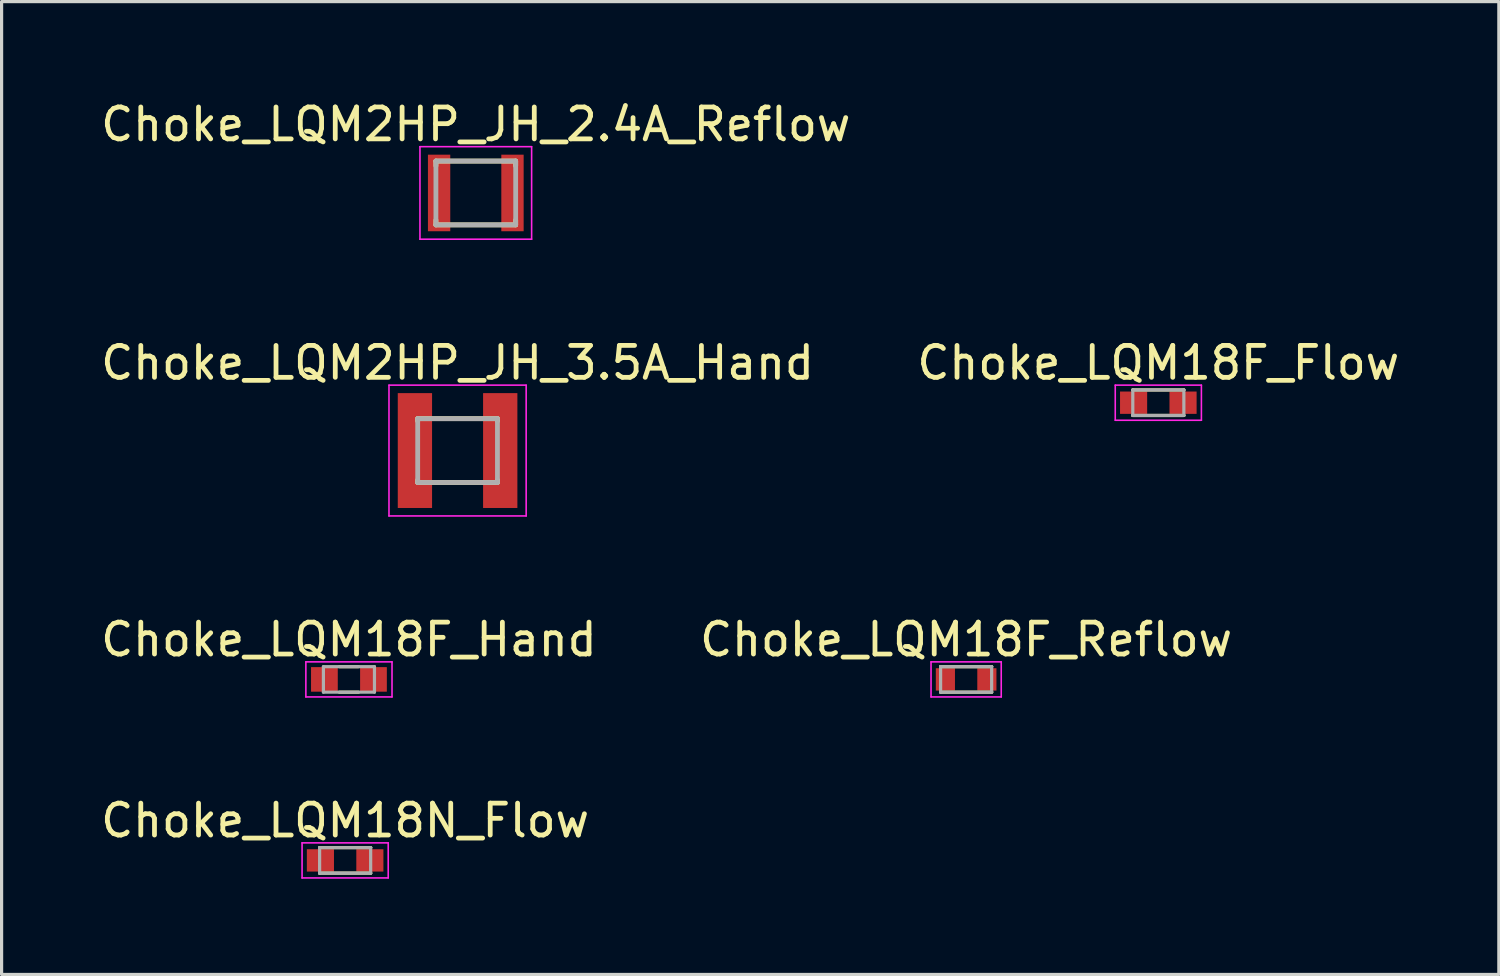
<source format=kicad_pcb>
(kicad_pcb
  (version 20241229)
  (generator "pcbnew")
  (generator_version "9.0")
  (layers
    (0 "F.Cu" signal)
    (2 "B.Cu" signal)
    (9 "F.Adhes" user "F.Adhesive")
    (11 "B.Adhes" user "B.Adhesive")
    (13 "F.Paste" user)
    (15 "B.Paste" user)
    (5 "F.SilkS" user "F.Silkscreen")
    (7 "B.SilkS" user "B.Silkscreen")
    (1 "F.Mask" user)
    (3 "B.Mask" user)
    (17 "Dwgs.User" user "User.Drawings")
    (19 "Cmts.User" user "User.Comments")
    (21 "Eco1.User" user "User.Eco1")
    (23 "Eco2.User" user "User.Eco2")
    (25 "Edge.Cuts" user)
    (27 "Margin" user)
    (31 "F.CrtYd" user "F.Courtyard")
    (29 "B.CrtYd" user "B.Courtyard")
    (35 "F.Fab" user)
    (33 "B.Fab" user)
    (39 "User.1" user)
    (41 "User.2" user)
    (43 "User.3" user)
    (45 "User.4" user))
  (footprint "Choke_LQM18N_Flow"
    (layer "F.Cu")
    (at 7.768 23.918)
    (property "Reference" "Choke_LQM18N_Flow" (at 0 -1.25 0) (layer "F.SilkS") (effects (font (size 1 1) (thickness 0.15))))
    (attr smd)
    (fp_line (start -0.8 -0.4) (end -0.8 -0.4) (stroke (width 0.1) (type solid)) (layer "F.SilkS"))
    (fp_line (start -0.8 -0.4) (end 0.8 -0.4) (stroke (width 0.1) (type solid)) (layer "F.SilkS"))
    (fp_line (start -0.8 0.4) (end -0.8 0.4) (stroke (width 0.1) (type solid)) (layer "F.SilkS"))
    (fp_line (start -0.8 0.4) (end 0.8 0.4) (stroke (width 0.1) (type solid)) (layer "F.SilkS"))
    (fp_line (start 0.8 -0.4) (end 0.8 -0.4) (stroke (width 0.1) (type solid)) (layer "F.SilkS"))
    (fp_line (start 0.8 0.4) (end 0.8 0.4) (stroke (width 0.1) (type solid)) (layer "F.SilkS"))
    (fp_line (start -1.35 -0.55) (end -1.35 0.55) (stroke (width 0.05) (type solid)) (layer "F.CrtYd"))
    (fp_line (start -1.35 -0.55) (end 1.35 -0.55) (stroke (width 0.05) (type solid)) (layer "F.CrtYd"))
    (fp_line (start -1.35 0.55) (end 1.35 0.55) (stroke (width 0.05) (type solid)) (layer "F.CrtYd"))
    (fp_line (start 1.35 -0.55) (end 1.35 0.55) (stroke (width 0.05) (type solid)) (layer "F.CrtYd"))
    (fp_line (start -0.8 -0.4) (end -0.8 0.4) (stroke (width 0.1) (type solid)) (layer "F.Fab"))
    (fp_line (start -0.8 -0.4) (end 0.8 -0.4) (stroke (width 0.1) (type solid)) (layer "F.Fab"))
    (fp_line (start -0.8 0.4) (end 0.8 0.4) (stroke (width 0.1) (type solid)) (layer "F.Fab"))
    (fp_line (start 0.8 -0.4) (end 0.8 0.4) (stroke (width 0.1) (type solid)) (layer "F.Fab"))
    (pad "1" smd rect (at -0.775 0) (size 0.85 0.7) (layers "F.Cu" "F.Mask" "F.Paste"))
    (pad "2" smd rect (at 0.775 0) (size 0.85 0.7) (layers "F.Cu" "F.Mask" "F.Paste")))
  (footprint "Choke_LQM18F_Hand"
    (layer "F.Cu")
    (at 7.887 18.245)
    (property "Reference" "Choke_LQM18F_Hand" (at 0 -1.25 0) (layer "F.SilkS") (effects (font (size 1 1) (thickness 0.15))))
    (attr smd)
    (fp_line (start -0.3 -0.4) (end 0.3 -0.4) (stroke (width 0.1) (type solid)) (layer "F.SilkS"))
    (fp_line (start -0.3 0.4) (end 0.3 0.4) (stroke (width 0.1) (type solid)) (layer "F.SilkS"))
    (fp_line (start -1.35 -0.55) (end -1.35 0.55) (stroke (width 0.05) (type solid)) (layer "F.CrtYd"))
    (fp_line (start -1.35 -0.55) (end 1.35 -0.55) (stroke (width 0.05) (type solid)) (layer "F.CrtYd"))
    (fp_line (start -1.35 0.55) (end 1.35 0.55) (stroke (width 0.05) (type solid)) (layer "F.CrtYd"))
    (fp_line (start 1.35 -0.55) (end 1.35 0.55) (stroke (width 0.05) (type solid)) (layer "F.CrtYd"))
    (fp_line (start -0.8 -0.4) (end -0.8 0.4) (stroke (width 0.1) (type solid)) (layer "F.Fab"))
    (fp_line (start -0.8 -0.4) (end 0.8 -0.4) (stroke (width 0.1) (type solid)) (layer "F.Fab"))
    (fp_line (start -0.8 0.4) (end 0.8 0.4) (stroke (width 0.1) (type solid)) (layer "F.Fab"))
    (fp_line (start 0.8 -0.4) (end 0.8 0.4) (stroke (width 0.1) (type solid)) (layer "F.Fab"))
    (pad "1" smd rect (at -0.769 0) (size 0.838 0.77) (layers "F.Cu" "F.Mask" "F.Paste"))
    (pad "2" smd rect (at 0.769 0) (size 0.838 0.77) (layers "F.Cu" "F.Mask" "F.Paste")))
  (footprint "Choke_LQM18F_Flow"
    (layer "F.Cu")
    (at 33.256 9.572)
    (property "Reference" "Choke_LQM18F_Flow" (at 0 -1.25 0) (layer "F.SilkS") (effects (font (size 1 1) (thickness 0.15))))
    (attr smd)
    (fp_line (start -0.8 -0.4) (end -0.8 -0.4) (stroke (width 0.1) (type solid)) (layer "F.SilkS"))
    (fp_line (start -0.8 -0.4) (end 0.8 -0.4) (stroke (width 0.1) (type solid)) (layer "F.SilkS"))
    (fp_line (start -0.8 0.4) (end -0.8 0.4) (stroke (width 0.1) (type solid)) (layer "F.SilkS"))
    (fp_line (start -0.8 0.4) (end 0.8 0.4) (stroke (width 0.1) (type solid)) (layer "F.SilkS"))
    (fp_line (start 0.8 -0.4) (end 0.8 -0.4) (stroke (width 0.1) (type solid)) (layer "F.SilkS"))
    (fp_line (start 0.8 0.4) (end 0.8 0.4) (stroke (width 0.1) (type solid)) (layer "F.SilkS"))
    (fp_line (start -1.35 -0.55) (end -1.35 0.55) (stroke (width 0.05) (type solid)) (layer "F.CrtYd"))
    (fp_line (start -1.35 -0.55) (end 1.35 -0.55) (stroke (width 0.05) (type solid)) (layer "F.CrtYd"))
    (fp_line (start -1.35 0.55) (end 1.35 0.55) (stroke (width 0.05) (type solid)) (layer "F.CrtYd"))
    (fp_line (start 1.35 -0.55) (end 1.35 0.55) (stroke (width 0.05) (type solid)) (layer "F.CrtYd"))
    (fp_line (start -0.8 -0.4) (end -0.8 0.4) (stroke (width 0.1) (type solid)) (layer "F.Fab"))
    (fp_line (start -0.8 -0.4) (end 0.8 -0.4) (stroke (width 0.1) (type solid)) (layer "F.Fab"))
    (fp_line (start -0.8 0.4) (end 0.8 0.4) (stroke (width 0.1) (type solid)) (layer "F.Fab"))
    (fp_line (start 0.8 -0.4) (end 0.8 0.4) (stroke (width 0.1) (type solid)) (layer "F.Fab"))
    (pad "1" smd rect (at -0.775 0) (size 0.85 0.7) (layers "F.Cu" "F.Mask" "F.Paste"))
    (pad "2" smd rect (at 0.775 0) (size 0.85 0.7) (layers "F.Cu" "F.Mask" "F.Paste")))
  (footprint "Choke_LQM2HP_JH_3.5A_Hand"
    (layer "F.Cu")
    (at 11.292 11.072)
    (property "Reference" "Choke_LQM2HP_JH_3.5A_Hand" (at 0 -2.75 0) (layer "F.SilkS") (effects (font (size 1 1) (thickness 0.15))))
    (attr smd)
    (fp_line (start -1.25 -1) (end -1.25 -0.925) (stroke (width 0.15) (type solid)) (layer "F.SilkS"))
    (fp_line (start -1.25 -1) (end 1.25 -1) (stroke (width 0.15) (type solid)) (layer "F.SilkS"))
    (fp_line (start -1.25 0.925) (end -1.25 1) (stroke (width 0.15) (type solid)) (layer "F.SilkS"))
    (fp_line (start -1.25 1) (end 1.25 1) (stroke (width 0.15) (type solid)) (layer "F.SilkS"))
    (fp_line (start 1.25 -1) (end 1.25 -0.925) (stroke (width 0.15) (type solid)) (layer "F.SilkS"))
    (fp_line (start 1.25 0.925) (end 1.25 1) (stroke (width 0.15) (type solid)) (layer "F.SilkS"))
    (fp_line (start -2.15 -2.05) (end -2.15 2.05) (stroke (width 0.05) (type solid)) (layer "F.CrtYd"))
    (fp_line (start -2.15 -2.05) (end 2.15 -2.05) (stroke (width 0.05) (type solid)) (layer "F.CrtYd"))
    (fp_line (start -2.15 2.05) (end 2.15 2.05) (stroke (width 0.05) (type solid)) (layer "F.CrtYd"))
    (fp_line (start 2.15 -2.05) (end 2.15 2.05) (stroke (width 0.05) (type solid)) (layer "F.CrtYd"))
    (fp_line (start -1.25 -1) (end -1.25 1) (stroke (width 0.15) (type solid)) (layer "F.Fab"))
    (fp_line (start -1.25 -1) (end 1.25 -1) (stroke (width 0.15) (type solid)) (layer "F.Fab"))
    (fp_line (start -1.25 1) (end 1.25 1) (stroke (width 0.15) (type solid)) (layer "F.Fab"))
    (fp_line (start 1.25 -1) (end 1.25 1) (stroke (width 0.15) (type solid)) (layer "F.Fab"))
    (pad "" smd rect (at -1.337 0) (size 1.075 1.65) (layers "F.Mask" "F.Paste"))
    (pad "" smd rect (at 1.337 0) (size 1.075 1.65) (layers "F.Mask" "F.Paste"))
    (pad "1" smd rect (at -1.337 0) (size 1.075 3.6) (layers "F.Cu"))
    (pad "2" smd rect (at 1.337 0) (size 1.075 3.6) (layers "F.Cu")))
  (footprint "Choke_LQM2HP_JH_2.4A_Reflow"
    (layer "F.Cu")
    (at 11.863 2.998)
    (property "Reference" "Choke_LQM2HP_JH_2.4A_Reflow" (at 0 -2.15 0) (layer "F.SilkS") (effects (font (size 1 1) (thickness 0.15))))
    (attr smd)
    (fp_line (start -1.25 -1) (end -1.25 -0.85) (stroke (width 0.15) (type solid)) (layer "F.SilkS"))
    (fp_line (start -1.25 -1) (end 1.25 -1) (stroke (width 0.15) (type solid)) (layer "F.SilkS"))
    (fp_line (start -1.25 0.85) (end -1.25 1) (stroke (width 0.15) (type solid)) (layer "F.SilkS"))
    (fp_line (start -1.25 1) (end 1.25 1) (stroke (width 0.15) (type solid)) (layer "F.SilkS"))
    (fp_line (start 1.25 -1) (end 1.25 -0.85) (stroke (width 0.15) (type solid)) (layer "F.SilkS"))
    (fp_line (start 1.25 0.85) (end 1.25 1) (stroke (width 0.15) (type solid)) (layer "F.SilkS"))
    (fp_line (start -1.75 -1.45) (end -1.75 1.45) (stroke (width 0.05) (type solid)) (layer "F.CrtYd"))
    (fp_line (start -1.75 -1.45) (end 1.75 -1.45) (stroke (width 0.05) (type solid)) (layer "F.CrtYd"))
    (fp_line (start -1.75 1.45) (end 1.75 1.45) (stroke (width 0.05) (type solid)) (layer "F.CrtYd"))
    (fp_line (start 1.75 -1.45) (end 1.75 1.45) (stroke (width 0.05) (type solid)) (layer "F.CrtYd"))
    (fp_line (start -1.25 -1) (end -1.25 1) (stroke (width 0.15) (type solid)) (layer "F.Fab"))
    (fp_line (start -1.25 -1) (end 1.25 -1) (stroke (width 0.15) (type solid)) (layer "F.Fab"))
    (fp_line (start -1.25 1) (end 1.25 1) (stroke (width 0.15) (type solid)) (layer "F.Fab"))
    (fp_line (start 1.25 -1) (end 1.25 1) (stroke (width 0.15) (type solid)) (layer "F.Fab"))
    (pad "" smd rect (at -1.15 0) (size 0.7 1.5) (layers "F.Mask" "F.Paste"))
    (pad "" smd rect (at 1.15 0) (size 0.7 1.5) (layers "F.Mask" "F.Paste"))
    (pad "1" smd rect (at -1.15 0) (size 0.7 2.4) (layers "F.Cu"))
    (pad "2" smd rect (at 1.15 0) (size 0.7 2.4) (layers "F.Cu")))
  (footprint "Choke_LQM18F_Reflow"
    (layer "F.Cu")
    (at 27.232 18.245)
    (property "Reference" "Choke_LQM18F_Reflow" (at 0 -1.25 0) (layer "F.SilkS") (effects (font (size 1 1) (thickness 0.15))))
    (attr smd)
    (fp_line (start -0.8 -0.4) (end -0.8 -0.4) (stroke (width 0.1) (type solid)) (layer "F.SilkS"))
    (fp_line (start -0.8 -0.4) (end 0.8 -0.4) (stroke (width 0.1) (type solid)) (layer "F.SilkS"))
    (fp_line (start -0.8 0.4) (end -0.8 0.4) (stroke (width 0.1) (type solid)) (layer "F.SilkS"))
    (fp_line (start -0.8 0.4) (end 0.8 0.4) (stroke (width 0.1) (type solid)) (layer "F.SilkS"))
    (fp_line (start 0.8 -0.4) (end 0.8 -0.4) (stroke (width 0.1) (type solid)) (layer "F.SilkS"))
    (fp_line (start 0.8 0.4) (end 0.8 0.4) (stroke (width 0.1) (type solid)) (layer "F.SilkS"))
    (fp_line (start -1.1 -0.55) (end -1.1 0.55) (stroke (width 0.05) (type solid)) (layer "F.CrtYd"))
    (fp_line (start -1.1 -0.55) (end 1.1 -0.55) (stroke (width 0.05) (type solid)) (layer "F.CrtYd"))
    (fp_line (start -1.1 0.55) (end 1.1 0.55) (stroke (width 0.05) (type solid)) (layer "F.CrtYd"))
    (fp_line (start 1.1 -0.55) (end 1.1 0.55) (stroke (width 0.05) (type solid)) (layer "F.CrtYd"))
    (fp_line (start -0.8 -0.4) (end -0.8 0.4) (stroke (width 0.1) (type solid)) (layer "F.Fab"))
    (fp_line (start -0.8 -0.4) (end 0.8 -0.4) (stroke (width 0.1) (type solid)) (layer "F.Fab"))
    (fp_line (start -0.8 0.4) (end 0.8 0.4) (stroke (width 0.1) (type solid)) (layer "F.Fab"))
    (fp_line (start 0.8 -0.4) (end 0.8 0.4) (stroke (width 0.1) (type solid)) (layer "F.Fab"))
    (pad "1" smd rect (at -0.65 0) (size 0.6 0.7) (layers "F.Cu" "F.Mask" "F.Paste"))
    (pad "2" smd rect (at 0.65 0) (size 0.6 0.7) (layers "F.Cu" "F.Mask" "F.Paste")))
  (gr_rect
    (start -3 -3)
    (end 43.929 27.493)
    (stroke (width 0.1) (type default))
    (fill no)
    (layer "Edge.Cuts")))
</source>
